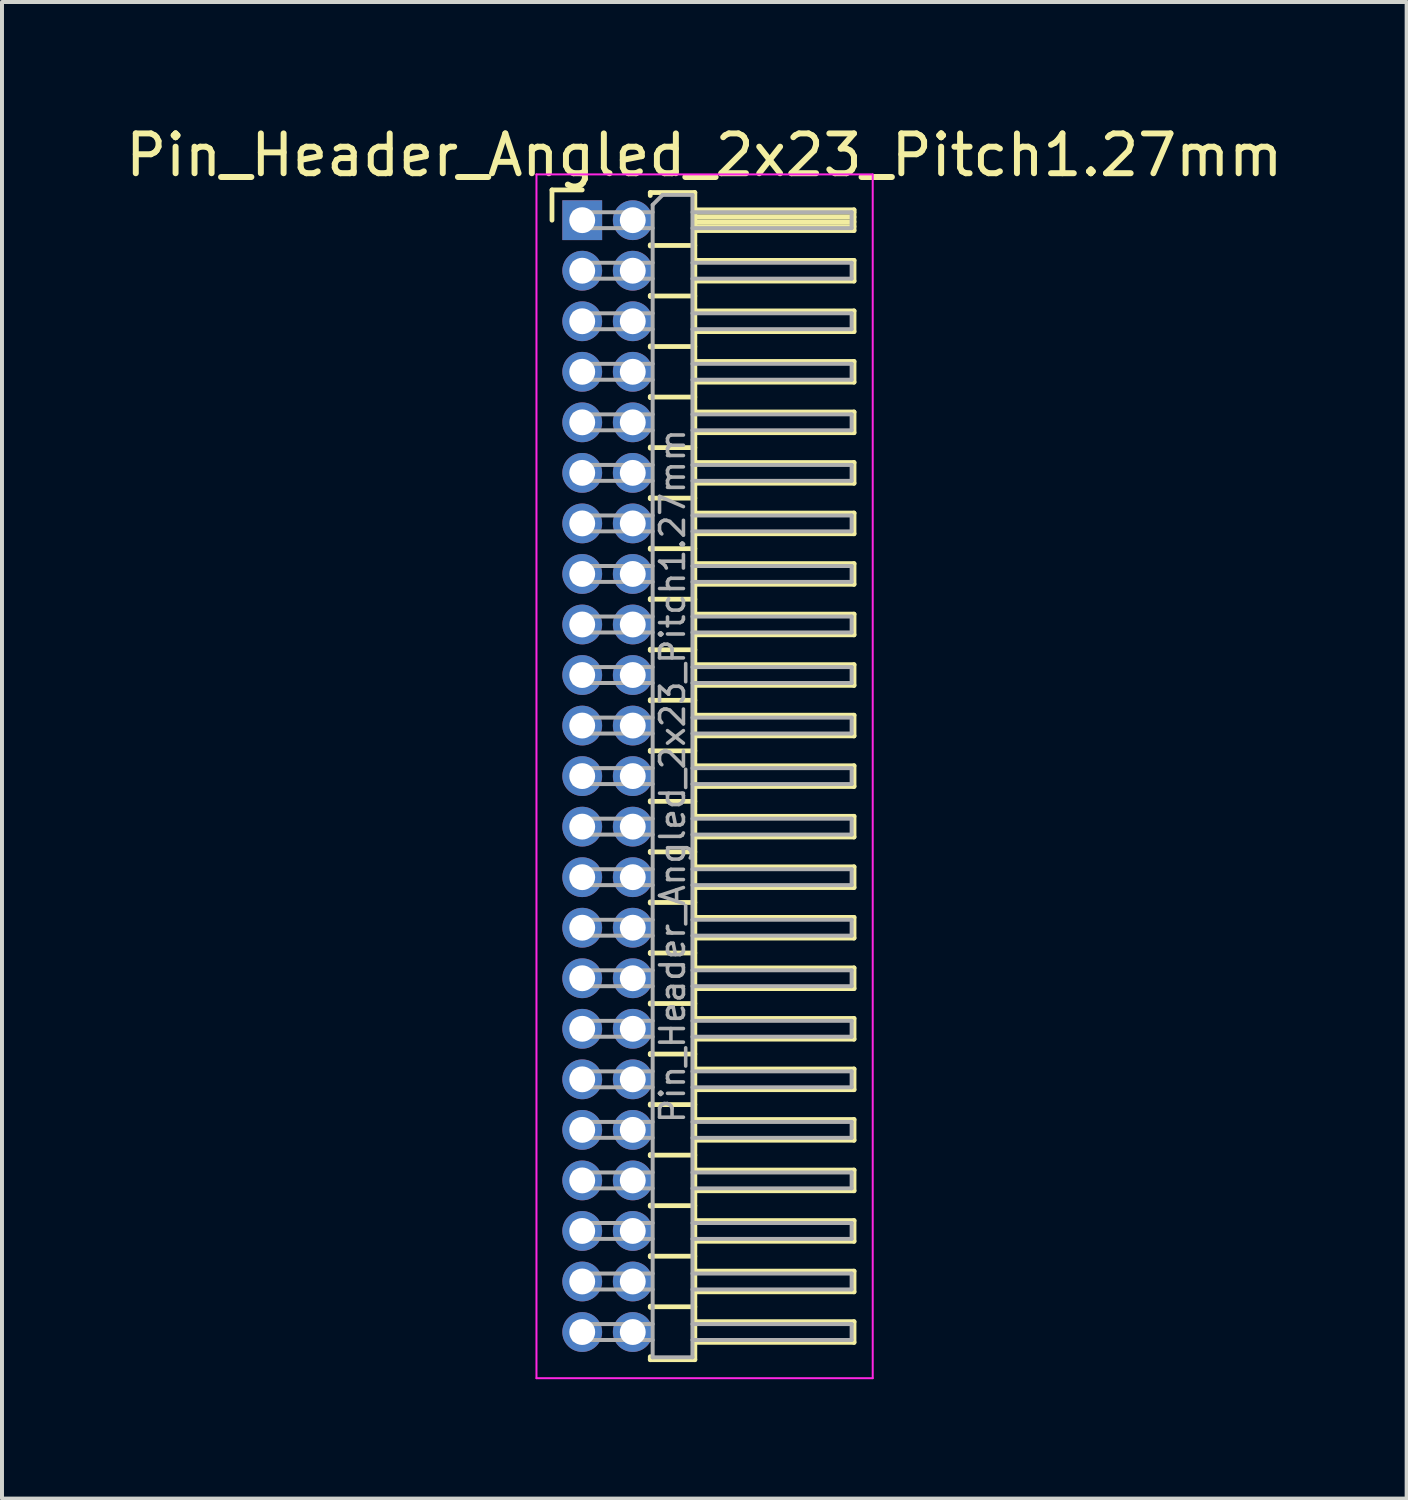
<source format=kicad_pcb>
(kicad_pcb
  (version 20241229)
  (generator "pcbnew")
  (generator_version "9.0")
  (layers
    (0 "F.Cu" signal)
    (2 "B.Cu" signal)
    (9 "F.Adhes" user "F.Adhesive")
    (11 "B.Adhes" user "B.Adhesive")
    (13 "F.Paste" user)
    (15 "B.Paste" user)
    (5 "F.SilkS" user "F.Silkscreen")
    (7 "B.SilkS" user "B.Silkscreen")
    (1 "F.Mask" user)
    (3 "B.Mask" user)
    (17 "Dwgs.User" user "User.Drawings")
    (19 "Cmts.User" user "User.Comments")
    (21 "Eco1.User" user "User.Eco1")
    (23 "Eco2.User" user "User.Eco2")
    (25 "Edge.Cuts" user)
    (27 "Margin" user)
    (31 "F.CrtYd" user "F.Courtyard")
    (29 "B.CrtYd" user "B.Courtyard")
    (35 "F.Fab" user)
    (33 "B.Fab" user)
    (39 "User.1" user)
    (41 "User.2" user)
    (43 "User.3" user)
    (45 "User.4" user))
  (footprint "Pin_Header_Angled_2x23_Pitch1.27mm"
    (layer "F.Cu")
    (at 11.581 2.483)
    (property "Reference" "Pin_Header_Angled_2x23_Pitch1.27mm" (at 3.067 -1.635 0) (layer "F.SilkS") (effects (font (size 1 1) (thickness 0.15))))
    (attr through_hole)
    (fp_line (start -0.76 -0.76) (end 0 -0.76) (stroke (width 0.12) (type solid)) (layer "F.SilkS"))
    (fp_line (start -0.76 0) (end -0.76 -0.76) (stroke (width 0.12) (type solid)) (layer "F.SilkS"))
    (fp_line (start 1.71 -0.695) (end 2.83 -0.695) (stroke (width 0.12) (type solid)) (layer "F.SilkS"))
    (fp_line (start 1.71 -0.62) (end 1.71 -0.695) (stroke (width 0.12) (type solid)) (layer "F.SilkS"))
    (fp_line (start 1.71 0.62) (end 1.71 0.65) (stroke (width 0.12) (type solid)) (layer "F.SilkS"))
    (fp_line (start 1.71 0.635) (end 2.83 0.635) (stroke (width 0.12) (type solid)) (layer "F.SilkS"))
    (fp_line (start 1.71 1.89) (end 1.71 1.92) (stroke (width 0.12) (type solid)) (layer "F.SilkS"))
    (fp_line (start 1.71 1.905) (end 2.83 1.905) (stroke (width 0.12) (type solid)) (layer "F.SilkS"))
    (fp_line (start 1.71 3.16) (end 1.71 3.19) (stroke (width 0.12) (type solid)) (layer "F.SilkS"))
    (fp_line (start 1.71 3.175) (end 2.83 3.175) (stroke (width 0.12) (type solid)) (layer "F.SilkS"))
    (fp_line (start 1.71 4.43) (end 1.71 4.46) (stroke (width 0.12) (type solid)) (layer "F.SilkS"))
    (fp_line (start 1.71 4.445) (end 2.83 4.445) (stroke (width 0.12) (type solid)) (layer "F.SilkS"))
    (fp_line (start 1.71 5.7) (end 1.71 5.73) (stroke (width 0.12) (type solid)) (layer "F.SilkS"))
    (fp_line (start 1.71 5.715) (end 2.83 5.715) (stroke (width 0.12) (type solid)) (layer "F.SilkS"))
    (fp_line (start 1.71 6.97) (end 1.71 7) (stroke (width 0.12) (type solid)) (layer "F.SilkS"))
    (fp_line (start 1.71 6.985) (end 2.83 6.985) (stroke (width 0.12) (type solid)) (layer "F.SilkS"))
    (fp_line (start 1.71 8.24) (end 1.71 8.27) (stroke (width 0.12) (type solid)) (layer "F.SilkS"))
    (fp_line (start 1.71 8.255) (end 2.83 8.255) (stroke (width 0.12) (type solid)) (layer "F.SilkS"))
    (fp_line (start 1.71 9.51) (end 1.71 9.54) (stroke (width 0.12) (type solid)) (layer "F.SilkS"))
    (fp_line (start 1.71 9.525) (end 2.83 9.525) (stroke (width 0.12) (type solid)) (layer "F.SilkS"))
    (fp_line (start 1.71 10.78) (end 1.71 10.81) (stroke (width 0.12) (type solid)) (layer "F.SilkS"))
    (fp_line (start 1.71 10.795) (end 2.83 10.795) (stroke (width 0.12) (type solid)) (layer "F.SilkS"))
    (fp_line (start 1.71 12.05) (end 1.71 12.08) (stroke (width 0.12) (type solid)) (layer "F.SilkS"))
    (fp_line (start 1.71 12.065) (end 2.83 12.065) (stroke (width 0.12) (type solid)) (layer "F.SilkS"))
    (fp_line (start 1.71 13.32) (end 1.71 13.35) (stroke (width 0.12) (type solid)) (layer "F.SilkS"))
    (fp_line (start 1.71 13.335) (end 2.83 13.335) (stroke (width 0.12) (type solid)) (layer "F.SilkS"))
    (fp_line (start 1.71 14.59) (end 1.71 14.62) (stroke (width 0.12) (type solid)) (layer "F.SilkS"))
    (fp_line (start 1.71 14.605) (end 2.83 14.605) (stroke (width 0.12) (type solid)) (layer "F.SilkS"))
    (fp_line (start 1.71 15.86) (end 1.71 15.89) (stroke (width 0.12) (type solid)) (layer "F.SilkS"))
    (fp_line (start 1.71 15.875) (end 2.83 15.875) (stroke (width 0.12) (type solid)) (layer "F.SilkS"))
    (fp_line (start 1.71 17.13) (end 1.71 17.16) (stroke (width 0.12) (type solid)) (layer "F.SilkS"))
    (fp_line (start 1.71 17.145) (end 2.83 17.145) (stroke (width 0.12) (type solid)) (layer "F.SilkS"))
    (fp_line (start 1.71 18.4) (end 1.71 18.43) (stroke (width 0.12) (type solid)) (layer "F.SilkS"))
    (fp_line (start 1.71 18.415) (end 2.83 18.415) (stroke (width 0.12) (type solid)) (layer "F.SilkS"))
    (fp_line (start 1.71 19.67) (end 1.71 19.7) (stroke (width 0.12) (type solid)) (layer "F.SilkS"))
    (fp_line (start 1.71 19.685) (end 2.83 19.685) (stroke (width 0.12) (type solid)) (layer "F.SilkS"))
    (fp_line (start 1.71 20.94) (end 1.71 20.97) (stroke (width 0.12) (type solid)) (layer "F.SilkS"))
    (fp_line (start 1.71 20.955) (end 2.83 20.955) (stroke (width 0.12) (type solid)) (layer "F.SilkS"))
    (fp_line (start 1.71 22.21) (end 1.71 22.24) (stroke (width 0.12) (type solid)) (layer "F.SilkS"))
    (fp_line (start 1.71 22.225) (end 2.83 22.225) (stroke (width 0.12) (type solid)) (layer "F.SilkS"))
    (fp_line (start 1.71 23.48) (end 1.71 23.51) (stroke (width 0.12) (type solid)) (layer "F.SilkS"))
    (fp_line (start 1.71 23.495) (end 2.83 23.495) (stroke (width 0.12) (type solid)) (layer "F.SilkS"))
    (fp_line (start 1.71 24.75) (end 1.71 24.78) (stroke (width 0.12) (type solid)) (layer "F.SilkS"))
    (fp_line (start 1.71 24.765) (end 2.83 24.765) (stroke (width 0.12) (type solid)) (layer "F.SilkS"))
    (fp_line (start 1.71 26.02) (end 1.71 26.05) (stroke (width 0.12) (type solid)) (layer "F.SilkS"))
    (fp_line (start 1.71 26.035) (end 2.83 26.035) (stroke (width 0.12) (type solid)) (layer "F.SilkS"))
    (fp_line (start 1.71 27.29) (end 1.71 27.32) (stroke (width 0.12) (type solid)) (layer "F.SilkS"))
    (fp_line (start 1.71 27.305) (end 2.83 27.305) (stroke (width 0.12) (type solid)) (layer "F.SilkS"))
    (fp_line (start 1.71 28.635) (end 1.71 28.56) (stroke (width 0.12) (type solid)) (layer "F.SilkS"))
    (fp_line (start 2.83 -0.695) (end 2.83 28.635) (stroke (width 0.12) (type solid)) (layer "F.SilkS"))
    (fp_line (start 2.83 -0.26) (end 6.83 -0.26) (stroke (width 0.12) (type solid)) (layer "F.SilkS"))
    (fp_line (start 2.83 -0.2) (end 6.83 -0.2) (stroke (width 0.12) (type solid)) (layer "F.SilkS"))
    (fp_line (start 2.83 -0.08) (end 6.83 -0.08) (stroke (width 0.12) (type solid)) (layer "F.SilkS"))
    (fp_line (start 2.83 0.04) (end 6.83 0.04) (stroke (width 0.12) (type solid)) (layer "F.SilkS"))
    (fp_line (start 2.83 0.16) (end 6.83 0.16) (stroke (width 0.12) (type solid)) (layer "F.SilkS"))
    (fp_line (start 2.83 1.01) (end 6.83 1.01) (stroke (width 0.12) (type solid)) (layer "F.SilkS"))
    (fp_line (start 2.83 2.28) (end 6.83 2.28) (stroke (width 0.12) (type solid)) (layer "F.SilkS"))
    (fp_line (start 2.83 3.55) (end 6.83 3.55) (stroke (width 0.12) (type solid)) (layer "F.SilkS"))
    (fp_line (start 2.83 4.82) (end 6.83 4.82) (stroke (width 0.12) (type solid)) (layer "F.SilkS"))
    (fp_line (start 2.83 6.09) (end 6.83 6.09) (stroke (width 0.12) (type solid)) (layer "F.SilkS"))
    (fp_line (start 2.83 7.36) (end 6.83 7.36) (stroke (width 0.12) (type solid)) (layer "F.SilkS"))
    (fp_line (start 2.83 8.63) (end 6.83 8.63) (stroke (width 0.12) (type solid)) (layer "F.SilkS"))
    (fp_line (start 2.83 9.9) (end 6.83 9.9) (stroke (width 0.12) (type solid)) (layer "F.SilkS"))
    (fp_line (start 2.83 11.17) (end 6.83 11.17) (stroke (width 0.12) (type solid)) (layer "F.SilkS"))
    (fp_line (start 2.83 12.44) (end 6.83 12.44) (stroke (width 0.12) (type solid)) (layer "F.SilkS"))
    (fp_line (start 2.83 13.71) (end 6.83 13.71) (stroke (width 0.12) (type solid)) (layer "F.SilkS"))
    (fp_line (start 2.83 14.98) (end 6.83 14.98) (stroke (width 0.12) (type solid)) (layer "F.SilkS"))
    (fp_line (start 2.83 16.25) (end 6.83 16.25) (stroke (width 0.12) (type solid)) (layer "F.SilkS"))
    (fp_line (start 2.83 17.52) (end 6.83 17.52) (stroke (width 0.12) (type solid)) (layer "F.SilkS"))
    (fp_line (start 2.83 18.79) (end 6.83 18.79) (stroke (width 0.12) (type solid)) (layer "F.SilkS"))
    (fp_line (start 2.83 20.06) (end 6.83 20.06) (stroke (width 0.12) (type solid)) (layer "F.SilkS"))
    (fp_line (start 2.83 21.33) (end 6.83 21.33) (stroke (width 0.12) (type solid)) (layer "F.SilkS"))
    (fp_line (start 2.83 22.6) (end 6.83 22.6) (stroke (width 0.12) (type solid)) (layer "F.SilkS"))
    (fp_line (start 2.83 23.87) (end 6.83 23.87) (stroke (width 0.12) (type solid)) (layer "F.SilkS"))
    (fp_line (start 2.83 25.14) (end 6.83 25.14) (stroke (width 0.12) (type solid)) (layer "F.SilkS"))
    (fp_line (start 2.83 26.41) (end 6.83 26.41) (stroke (width 0.12) (type solid)) (layer "F.SilkS"))
    (fp_line (start 2.83 27.68) (end 6.83 27.68) (stroke (width 0.12) (type solid)) (layer "F.SilkS"))
    (fp_line (start 2.83 28.635) (end 1.71 28.635) (stroke (width 0.12) (type solid)) (layer "F.SilkS"))
    (fp_line (start 6.83 -0.26) (end 6.83 0.26) (stroke (width 0.12) (type solid)) (layer "F.SilkS"))
    (fp_line (start 6.83 0.26) (end 2.83 0.26) (stroke (width 0.12) (type solid)) (layer "F.SilkS"))
    (fp_line (start 6.83 1.01) (end 6.83 1.53) (stroke (width 0.12) (type solid)) (layer "F.SilkS"))
    (fp_line (start 6.83 1.53) (end 2.83 1.53) (stroke (width 0.12) (type solid)) (layer "F.SilkS"))
    (fp_line (start 6.83 2.28) (end 6.83 2.8) (stroke (width 0.12) (type solid)) (layer "F.SilkS"))
    (fp_line (start 6.83 2.8) (end 2.83 2.8) (stroke (width 0.12) (type solid)) (layer "F.SilkS"))
    (fp_line (start 6.83 3.55) (end 6.83 4.07) (stroke (width 0.12) (type solid)) (layer "F.SilkS"))
    (fp_line (start 6.83 4.07) (end 2.83 4.07) (stroke (width 0.12) (type solid)) (layer "F.SilkS"))
    (fp_line (start 6.83 4.82) (end 6.83 5.34) (stroke (width 0.12) (type solid)) (layer "F.SilkS"))
    (fp_line (start 6.83 5.34) (end 2.83 5.34) (stroke (width 0.12) (type solid)) (layer "F.SilkS"))
    (fp_line (start 6.83 6.09) (end 6.83 6.61) (stroke (width 0.12) (type solid)) (layer "F.SilkS"))
    (fp_line (start 6.83 6.61) (end 2.83 6.61) (stroke (width 0.12) (type solid)) (layer "F.SilkS"))
    (fp_line (start 6.83 7.36) (end 6.83 7.88) (stroke (width 0.12) (type solid)) (layer "F.SilkS"))
    (fp_line (start 6.83 7.88) (end 2.83 7.88) (stroke (width 0.12) (type solid)) (layer "F.SilkS"))
    (fp_line (start 6.83 8.63) (end 6.83 9.15) (stroke (width 0.12) (type solid)) (layer "F.SilkS"))
    (fp_line (start 6.83 9.15) (end 2.83 9.15) (stroke (width 0.12) (type solid)) (layer "F.SilkS"))
    (fp_line (start 6.83 9.9) (end 6.83 10.42) (stroke (width 0.12) (type solid)) (layer "F.SilkS"))
    (fp_line (start 6.83 10.42) (end 2.83 10.42) (stroke (width 0.12) (type solid)) (layer "F.SilkS"))
    (fp_line (start 6.83 11.17) (end 6.83 11.69) (stroke (width 0.12) (type solid)) (layer "F.SilkS"))
    (fp_line (start 6.83 11.69) (end 2.83 11.69) (stroke (width 0.12) (type solid)) (layer "F.SilkS"))
    (fp_line (start 6.83 12.44) (end 6.83 12.96) (stroke (width 0.12) (type solid)) (layer "F.SilkS"))
    (fp_line (start 6.83 12.96) (end 2.83 12.96) (stroke (width 0.12) (type solid)) (layer "F.SilkS"))
    (fp_line (start 6.83 13.71) (end 6.83 14.23) (stroke (width 0.12) (type solid)) (layer "F.SilkS"))
    (fp_line (start 6.83 14.23) (end 2.83 14.23) (stroke (width 0.12) (type solid)) (layer "F.SilkS"))
    (fp_line (start 6.83 14.98) (end 6.83 15.5) (stroke (width 0.12) (type solid)) (layer "F.SilkS"))
    (fp_line (start 6.83 15.5) (end 2.83 15.5) (stroke (width 0.12) (type solid)) (layer "F.SilkS"))
    (fp_line (start 6.83 16.25) (end 6.83 16.77) (stroke (width 0.12) (type solid)) (layer "F.SilkS"))
    (fp_line (start 6.83 16.77) (end 2.83 16.77) (stroke (width 0.12) (type solid)) (layer "F.SilkS"))
    (fp_line (start 6.83 17.52) (end 6.83 18.04) (stroke (width 0.12) (type solid)) (layer "F.SilkS"))
    (fp_line (start 6.83 18.04) (end 2.83 18.04) (stroke (width 0.12) (type solid)) (layer "F.SilkS"))
    (fp_line (start 6.83 18.79) (end 6.83 19.31) (stroke (width 0.12) (type solid)) (layer "F.SilkS"))
    (fp_line (start 6.83 19.31) (end 2.83 19.31) (stroke (width 0.12) (type solid)) (layer "F.SilkS"))
    (fp_line (start 6.83 20.06) (end 6.83 20.58) (stroke (width 0.12) (type solid)) (layer "F.SilkS"))
    (fp_line (start 6.83 20.58) (end 2.83 20.58) (stroke (width 0.12) (type solid)) (layer "F.SilkS"))
    (fp_line (start 6.83 21.33) (end 6.83 21.85) (stroke (width 0.12) (type solid)) (layer "F.SilkS"))
    (fp_line (start 6.83 21.85) (end 2.83 21.85) (stroke (width 0.12) (type solid)) (layer "F.SilkS"))
    (fp_line (start 6.83 22.6) (end 6.83 23.12) (stroke (width 0.12) (type solid)) (layer "F.SilkS"))
    (fp_line (start 6.83 23.12) (end 2.83 23.12) (stroke (width 0.12) (type solid)) (layer "F.SilkS"))
    (fp_line (start 6.83 23.87) (end 6.83 24.39) (stroke (width 0.12) (type solid)) (layer "F.SilkS"))
    (fp_line (start 6.83 24.39) (end 2.83 24.39) (stroke (width 0.12) (type solid)) (layer "F.SilkS"))
    (fp_line (start 6.83 25.14) (end 6.83 25.66) (stroke (width 0.12) (type solid)) (layer "F.SilkS"))
    (fp_line (start 6.83 25.66) (end 2.83 25.66) (stroke (width 0.12) (type solid)) (layer "F.SilkS"))
    (fp_line (start 6.83 26.41) (end 6.83 26.93) (stroke (width 0.12) (type solid)) (layer "F.SilkS"))
    (fp_line (start 6.83 26.93) (end 2.83 26.93) (stroke (width 0.12) (type solid)) (layer "F.SilkS"))
    (fp_line (start 6.83 27.68) (end 6.83 28.2) (stroke (width 0.12) (type solid)) (layer "F.SilkS"))
    (fp_line (start 6.83 28.2) (end 2.83 28.2) (stroke (width 0.12) (type solid)) (layer "F.SilkS"))
    (fp_line (start -1.15 -1.15) (end -1.15 29.1) (stroke (width 0.05) (type solid)) (layer "F.CrtYd"))
    (fp_line (start -1.15 29.1) (end 7.3 29.1) (stroke (width 0.05) (type solid)) (layer "F.CrtYd"))
    (fp_line (start 7.3 -1.15) (end -1.15 -1.15) (stroke (width 0.05) (type solid)) (layer "F.CrtYd"))
    (fp_line (start 7.3 29.1) (end 7.3 -1.15) (stroke (width 0.05) (type solid)) (layer "F.CrtYd"))
    (fp_line (start -0.2 -0.2) (end -0.2 0.2) (stroke (width 0.1) (type solid)) (layer "F.Fab"))
    (fp_line (start -0.2 -0.2) (end 1.77 -0.2) (stroke (width 0.1) (type solid)) (layer "F.Fab"))
    (fp_line (start -0.2 0.2) (end 1.77 0.2) (stroke (width 0.1) (type solid)) (layer "F.Fab"))
    (fp_line (start -0.2 1.07) (end -0.2 1.47) (stroke (width 0.1) (type solid)) (layer "F.Fab"))
    (fp_line (start -0.2 1.07) (end 1.77 1.07) (stroke (width 0.1) (type solid)) (layer "F.Fab"))
    (fp_line (start -0.2 1.47) (end 1.77 1.47) (stroke (width 0.1) (type solid)) (layer "F.Fab"))
    (fp_line (start -0.2 2.34) (end -0.2 2.74) (stroke (width 0.1) (type solid)) (layer "F.Fab"))
    (fp_line (start -0.2 2.34) (end 1.77 2.34) (stroke (width 0.1) (type solid)) (layer "F.Fab"))
    (fp_line (start -0.2 2.74) (end 1.77 2.74) (stroke (width 0.1) (type solid)) (layer "F.Fab"))
    (fp_line (start -0.2 3.61) (end -0.2 4.01) (stroke (width 0.1) (type solid)) (layer "F.Fab"))
    (fp_line (start -0.2 3.61) (end 1.77 3.61) (stroke (width 0.1) (type solid)) (layer "F.Fab"))
    (fp_line (start -0.2 4.01) (end 1.77 4.01) (stroke (width 0.1) (type solid)) (layer "F.Fab"))
    (fp_line (start -0.2 4.88) (end -0.2 5.28) (stroke (width 0.1) (type solid)) (layer "F.Fab"))
    (fp_line (start -0.2 4.88) (end 1.77 4.88) (stroke (width 0.1) (type solid)) (layer "F.Fab"))
    (fp_line (start -0.2 5.28) (end 1.77 5.28) (stroke (width 0.1) (type solid)) (layer "F.Fab"))
    (fp_line (start -0.2 6.15) (end -0.2 6.55) (stroke (width 0.1) (type solid)) (layer "F.Fab"))
    (fp_line (start -0.2 6.15) (end 1.77 6.15) (stroke (width 0.1) (type solid)) (layer "F.Fab"))
    (fp_line (start -0.2 6.55) (end 1.77 6.55) (stroke (width 0.1) (type solid)) (layer "F.Fab"))
    (fp_line (start -0.2 7.42) (end -0.2 7.82) (stroke (width 0.1) (type solid)) (layer "F.Fab"))
    (fp_line (start -0.2 7.42) (end 1.77 7.42) (stroke (width 0.1) (type solid)) (layer "F.Fab"))
    (fp_line (start -0.2 7.82) (end 1.77 7.82) (stroke (width 0.1) (type solid)) (layer "F.Fab"))
    (fp_line (start -0.2 8.69) (end -0.2 9.09) (stroke (width 0.1) (type solid)) (layer "F.Fab"))
    (fp_line (start -0.2 8.69) (end 1.77 8.69) (stroke (width 0.1) (type solid)) (layer "F.Fab"))
    (fp_line (start -0.2 9.09) (end 1.77 9.09) (stroke (width 0.1) (type solid)) (layer "F.Fab"))
    (fp_line (start -0.2 9.96) (end -0.2 10.36) (stroke (width 0.1) (type solid)) (layer "F.Fab"))
    (fp_line (start -0.2 9.96) (end 1.77 9.96) (stroke (width 0.1) (type solid)) (layer "F.Fab"))
    (fp_line (start -0.2 10.36) (end 1.77 10.36) (stroke (width 0.1) (type solid)) (layer "F.Fab"))
    (fp_line (start -0.2 11.23) (end -0.2 11.63) (stroke (width 0.1) (type solid)) (layer "F.Fab"))
    (fp_line (start -0.2 11.23) (end 1.77 11.23) (stroke (width 0.1) (type solid)) (layer "F.Fab"))
    (fp_line (start -0.2 11.63) (end 1.77 11.63) (stroke (width 0.1) (type solid)) (layer "F.Fab"))
    (fp_line (start -0.2 12.5) (end -0.2 12.9) (stroke (width 0.1) (type solid)) (layer "F.Fab"))
    (fp_line (start -0.2 12.5) (end 1.77 12.5) (stroke (width 0.1) (type solid)) (layer "F.Fab"))
    (fp_line (start -0.2 12.9) (end 1.77 12.9) (stroke (width 0.1) (type solid)) (layer "F.Fab"))
    (fp_line (start -0.2 13.77) (end -0.2 14.17) (stroke (width 0.1) (type solid)) (layer "F.Fab"))
    (fp_line (start -0.2 13.77) (end 1.77 13.77) (stroke (width 0.1) (type solid)) (layer "F.Fab"))
    (fp_line (start -0.2 14.17) (end 1.77 14.17) (stroke (width 0.1) (type solid)) (layer "F.Fab"))
    (fp_line (start -0.2 15.04) (end -0.2 15.44) (stroke (width 0.1) (type solid)) (layer "F.Fab"))
    (fp_line (start -0.2 15.04) (end 1.77 15.04) (stroke (width 0.1) (type solid)) (layer "F.Fab"))
    (fp_line (start -0.2 15.44) (end 1.77 15.44) (stroke (width 0.1) (type solid)) (layer "F.Fab"))
    (fp_line (start -0.2 16.31) (end -0.2 16.71) (stroke (width 0.1) (type solid)) (layer "F.Fab"))
    (fp_line (start -0.2 16.31) (end 1.77 16.31) (stroke (width 0.1) (type solid)) (layer "F.Fab"))
    (fp_line (start -0.2 16.71) (end 1.77 16.71) (stroke (width 0.1) (type solid)) (layer "F.Fab"))
    (fp_line (start -0.2 17.58) (end -0.2 17.98) (stroke (width 0.1) (type solid)) (layer "F.Fab"))
    (fp_line (start -0.2 17.58) (end 1.77 17.58) (stroke (width 0.1) (type solid)) (layer "F.Fab"))
    (fp_line (start -0.2 17.98) (end 1.77 17.98) (stroke (width 0.1) (type solid)) (layer "F.Fab"))
    (fp_line (start -0.2 18.85) (end -0.2 19.25) (stroke (width 0.1) (type solid)) (layer "F.Fab"))
    (fp_line (start -0.2 18.85) (end 1.77 18.85) (stroke (width 0.1) (type solid)) (layer "F.Fab"))
    (fp_line (start -0.2 19.25) (end 1.77 19.25) (stroke (width 0.1) (type solid)) (layer "F.Fab"))
    (fp_line (start -0.2 20.12) (end -0.2 20.52) (stroke (width 0.1) (type solid)) (layer "F.Fab"))
    (fp_line (start -0.2 20.12) (end 1.77 20.12) (stroke (width 0.1) (type solid)) (layer "F.Fab"))
    (fp_line (start -0.2 20.52) (end 1.77 20.52) (stroke (width 0.1) (type solid)) (layer "F.Fab"))
    (fp_line (start -0.2 21.39) (end -0.2 21.79) (stroke (width 0.1) (type solid)) (layer "F.Fab"))
    (fp_line (start -0.2 21.39) (end 1.77 21.39) (stroke (width 0.1) (type solid)) (layer "F.Fab"))
    (fp_line (start -0.2 21.79) (end 1.77 21.79) (stroke (width 0.1) (type solid)) (layer "F.Fab"))
    (fp_line (start -0.2 22.66) (end -0.2 23.06) (stroke (width 0.1) (type solid)) (layer "F.Fab"))
    (fp_line (start -0.2 22.66) (end 1.77 22.66) (stroke (width 0.1) (type solid)) (layer "F.Fab"))
    (fp_line (start -0.2 23.06) (end 1.77 23.06) (stroke (width 0.1) (type solid)) (layer "F.Fab"))
    (fp_line (start -0.2 23.93) (end -0.2 24.33) (stroke (width 0.1) (type solid)) (layer "F.Fab"))
    (fp_line (start -0.2 23.93) (end 1.77 23.93) (stroke (width 0.1) (type solid)) (layer "F.Fab"))
    (fp_line (start -0.2 24.33) (end 1.77 24.33) (stroke (width 0.1) (type solid)) (layer "F.Fab"))
    (fp_line (start -0.2 25.2) (end -0.2 25.6) (stroke (width 0.1) (type solid)) (layer "F.Fab"))
    (fp_line (start -0.2 25.2) (end 1.77 25.2) (stroke (width 0.1) (type solid)) (layer "F.Fab"))
    (fp_line (start -0.2 25.6) (end 1.77 25.6) (stroke (width 0.1) (type solid)) (layer "F.Fab"))
    (fp_line (start -0.2 26.47) (end -0.2 26.87) (stroke (width 0.1) (type solid)) (layer "F.Fab"))
    (fp_line (start -0.2 26.47) (end 1.77 26.47) (stroke (width 0.1) (type solid)) (layer "F.Fab"))
    (fp_line (start -0.2 26.87) (end 1.77 26.87) (stroke (width 0.1) (type solid)) (layer "F.Fab"))
    (fp_line (start -0.2 27.74) (end -0.2 28.14) (stroke (width 0.1) (type solid)) (layer "F.Fab"))
    (fp_line (start -0.2 27.74) (end 1.77 27.74) (stroke (width 0.1) (type solid)) (layer "F.Fab"))
    (fp_line (start -0.2 28.14) (end 1.77 28.14) (stroke (width 0.1) (type solid)) (layer "F.Fab"))
    (fp_line (start 1.77 -0.385) (end 2.02 -0.635) (stroke (width 0.1) (type solid)) (layer "F.Fab"))
    (fp_line (start 1.77 28.575) (end 1.77 -0.385) (stroke (width 0.1) (type solid)) (layer "F.Fab"))
    (fp_line (start 2.02 -0.635) (end 2.77 -0.635) (stroke (width 0.1) (type solid)) (layer "F.Fab"))
    (fp_line (start 2.77 -0.635) (end 2.77 28.575) (stroke (width 0.1) (type solid)) (layer "F.Fab"))
    (fp_line (start 2.77 -0.2) (end 6.77 -0.2) (stroke (width 0.1) (type solid)) (layer "F.Fab"))
    (fp_line (start 2.77 0.2) (end 6.77 0.2) (stroke (width 0.1) (type solid)) (layer "F.Fab"))
    (fp_line (start 2.77 1.07) (end 6.77 1.07) (stroke (width 0.1) (type solid)) (layer "F.Fab"))
    (fp_line (start 2.77 1.47) (end 6.77 1.47) (stroke (width 0.1) (type solid)) (layer "F.Fab"))
    (fp_line (start 2.77 2.34) (end 6.77 2.34) (stroke (width 0.1) (type solid)) (layer "F.Fab"))
    (fp_line (start 2.77 2.74) (end 6.77 2.74) (stroke (width 0.1) (type solid)) (layer "F.Fab"))
    (fp_line (start 2.77 3.61) (end 6.77 3.61) (stroke (width 0.1) (type solid)) (layer "F.Fab"))
    (fp_line (start 2.77 4.01) (end 6.77 4.01) (stroke (width 0.1) (type solid)) (layer "F.Fab"))
    (fp_line (start 2.77 4.88) (end 6.77 4.88) (stroke (width 0.1) (type solid)) (layer "F.Fab"))
    (fp_line (start 2.77 5.28) (end 6.77 5.28) (stroke (width 0.1) (type solid)) (layer "F.Fab"))
    (fp_line (start 2.77 6.15) (end 6.77 6.15) (stroke (width 0.1) (type solid)) (layer "F.Fab"))
    (fp_line (start 2.77 6.55) (end 6.77 6.55) (stroke (width 0.1) (type solid)) (layer "F.Fab"))
    (fp_line (start 2.77 7.42) (end 6.77 7.42) (stroke (width 0.1) (type solid)) (layer "F.Fab"))
    (fp_line (start 2.77 7.82) (end 6.77 7.82) (stroke (width 0.1) (type solid)) (layer "F.Fab"))
    (fp_line (start 2.77 8.69) (end 6.77 8.69) (stroke (width 0.1) (type solid)) (layer "F.Fab"))
    (fp_line (start 2.77 9.09) (end 6.77 9.09) (stroke (width 0.1) (type solid)) (layer "F.Fab"))
    (fp_line (start 2.77 9.96) (end 6.77 9.96) (stroke (width 0.1) (type solid)) (layer "F.Fab"))
    (fp_line (start 2.77 10.36) (end 6.77 10.36) (stroke (width 0.1) (type solid)) (layer "F.Fab"))
    (fp_line (start 2.77 11.23) (end 6.77 11.23) (stroke (width 0.1) (type solid)) (layer "F.Fab"))
    (fp_line (start 2.77 11.63) (end 6.77 11.63) (stroke (width 0.1) (type solid)) (layer "F.Fab"))
    (fp_line (start 2.77 12.5) (end 6.77 12.5) (stroke (width 0.1) (type solid)) (layer "F.Fab"))
    (fp_line (start 2.77 12.9) (end 6.77 12.9) (stroke (width 0.1) (type solid)) (layer "F.Fab"))
    (fp_line (start 2.77 13.77) (end 6.77 13.77) (stroke (width 0.1) (type solid)) (layer "F.Fab"))
    (fp_line (start 2.77 14.17) (end 6.77 14.17) (stroke (width 0.1) (type solid)) (layer "F.Fab"))
    (fp_line (start 2.77 15.04) (end 6.77 15.04) (stroke (width 0.1) (type solid)) (layer "F.Fab"))
    (fp_line (start 2.77 15.44) (end 6.77 15.44) (stroke (width 0.1) (type solid)) (layer "F.Fab"))
    (fp_line (start 2.77 16.31) (end 6.77 16.31) (stroke (width 0.1) (type solid)) (layer "F.Fab"))
    (fp_line (start 2.77 16.71) (end 6.77 16.71) (stroke (width 0.1) (type solid)) (layer "F.Fab"))
    (fp_line (start 2.77 17.58) (end 6.77 17.58) (stroke (width 0.1) (type solid)) (layer "F.Fab"))
    (fp_line (start 2.77 17.98) (end 6.77 17.98) (stroke (width 0.1) (type solid)) (layer "F.Fab"))
    (fp_line (start 2.77 18.85) (end 6.77 18.85) (stroke (width 0.1) (type solid)) (layer "F.Fab"))
    (fp_line (start 2.77 19.25) (end 6.77 19.25) (stroke (width 0.1) (type solid)) (layer "F.Fab"))
    (fp_line (start 2.77 20.12) (end 6.77 20.12) (stroke (width 0.1) (type solid)) (layer "F.Fab"))
    (fp_line (start 2.77 20.52) (end 6.77 20.52) (stroke (width 0.1) (type solid)) (layer "F.Fab"))
    (fp_line (start 2.77 21.39) (end 6.77 21.39) (stroke (width 0.1) (type solid)) (layer "F.Fab"))
    (fp_line (start 2.77 21.79) (end 6.77 21.79) (stroke (width 0.1) (type solid)) (layer "F.Fab"))
    (fp_line (start 2.77 22.66) (end 6.77 22.66) (stroke (width 0.1) (type solid)) (layer "F.Fab"))
    (fp_line (start 2.77 23.06) (end 6.77 23.06) (stroke (width 0.1) (type solid)) (layer "F.Fab"))
    (fp_line (start 2.77 23.93) (end 6.77 23.93) (stroke (width 0.1) (type solid)) (layer "F.Fab"))
    (fp_line (start 2.77 24.33) (end 6.77 24.33) (stroke (width 0.1) (type solid)) (layer "F.Fab"))
    (fp_line (start 2.77 25.2) (end 6.77 25.2) (stroke (width 0.1) (type solid)) (layer "F.Fab"))
    (fp_line (start 2.77 25.6) (end 6.77 25.6) (stroke (width 0.1) (type solid)) (layer "F.Fab"))
    (fp_line (start 2.77 26.47) (end 6.77 26.47) (stroke (width 0.1) (type solid)) (layer "F.Fab"))
    (fp_line (start 2.77 26.87) (end 6.77 26.87) (stroke (width 0.1) (type solid)) (layer "F.Fab"))
    (fp_line (start 2.77 27.74) (end 6.77 27.74) (stroke (width 0.1) (type solid)) (layer "F.Fab"))
    (fp_line (start 2.77 28.14) (end 6.77 28.14) (stroke (width 0.1) (type solid)) (layer "F.Fab"))
    (fp_line (start 2.77 28.575) (end 1.77 28.575) (stroke (width 0.1) (type solid)) (layer "F.Fab"))
    (fp_line (start 6.77 -0.2) (end 6.77 0.2) (stroke (width 0.1) (type solid)) (layer "F.Fab"))
    (fp_line (start 6.77 1.07) (end 6.77 1.47) (stroke (width 0.1) (type solid)) (layer "F.Fab"))
    (fp_line (start 6.77 2.34) (end 6.77 2.74) (stroke (width 0.1) (type solid)) (layer "F.Fab"))
    (fp_line (start 6.77 3.61) (end 6.77 4.01) (stroke (width 0.1) (type solid)) (layer "F.Fab"))
    (fp_line (start 6.77 4.88) (end 6.77 5.28) (stroke (width 0.1) (type solid)) (layer "F.Fab"))
    (fp_line (start 6.77 6.15) (end 6.77 6.55) (stroke (width 0.1) (type solid)) (layer "F.Fab"))
    (fp_line (start 6.77 7.42) (end 6.77 7.82) (stroke (width 0.1) (type solid)) (layer "F.Fab"))
    (fp_line (start 6.77 8.69) (end 6.77 9.09) (stroke (width 0.1) (type solid)) (layer "F.Fab"))
    (fp_line (start 6.77 9.96) (end 6.77 10.36) (stroke (width 0.1) (type solid)) (layer "F.Fab"))
    (fp_line (start 6.77 11.23) (end 6.77 11.63) (stroke (width 0.1) (type solid)) (layer "F.Fab"))
    (fp_line (start 6.77 12.5) (end 6.77 12.9) (stroke (width 0.1) (type solid)) (layer "F.Fab"))
    (fp_line (start 6.77 13.77) (end 6.77 14.17) (stroke (width 0.1) (type solid)) (layer "F.Fab"))
    (fp_line (start 6.77 15.04) (end 6.77 15.44) (stroke (width 0.1) (type solid)) (layer "F.Fab"))
    (fp_line (start 6.77 16.31) (end 6.77 16.71) (stroke (width 0.1) (type solid)) (layer "F.Fab"))
    (fp_line (start 6.77 17.58) (end 6.77 17.98) (stroke (width 0.1) (type solid)) (layer "F.Fab"))
    (fp_line (start 6.77 18.85) (end 6.77 19.25) (stroke (width 0.1) (type solid)) (layer "F.Fab"))
    (fp_line (start 6.77 20.12) (end 6.77 20.52) (stroke (width 0.1) (type solid)) (layer "F.Fab"))
    (fp_line (start 6.77 21.39) (end 6.77 21.79) (stroke (width 0.1) (type solid)) (layer "F.Fab"))
    (fp_line (start 6.77 22.66) (end 6.77 23.06) (stroke (width 0.1) (type solid)) (layer "F.Fab"))
    (fp_line (start 6.77 23.93) (end 6.77 24.33) (stroke (width 0.1) (type solid)) (layer "F.Fab"))
    (fp_line (start 6.77 25.2) (end 6.77 25.6) (stroke (width 0.1) (type solid)) (layer "F.Fab"))
    (fp_line (start 6.77 26.47) (end 6.77 26.87) (stroke (width 0.1) (type solid)) (layer "F.Fab"))
    (fp_line (start 6.77 27.74) (end 6.77 28.14) (stroke (width 0.1) (type solid)) (layer "F.Fab"))
    (fp_text user "${REFERENCE}" (at 2.27 13.97 90) (layer "F.Fab") (effects (font (size 0.6 0.6) (thickness 0.09))))
    (pad "1" thru_hole rect (at 0 0) (size 1 1) (drill 0.65) (layers "*.Cu" "*.Mask"))
    (pad "2" thru_hole oval (at 1.27 0) (size 1 1) (drill 0.65) (layers "*.Cu" "*.Mask"))
    (pad "3" thru_hole oval (at 0 1.27) (size 1 1) (drill 0.65) (layers "*.Cu" "*.Mask"))
    (pad "4" thru_hole oval (at 1.27 1.27) (size 1 1) (drill 0.65) (layers "*.Cu" "*.Mask"))
    (pad "5" thru_hole oval (at 0 2.54) (size 1 1) (drill 0.65) (layers "*.Cu" "*.Mask"))
    (pad "6" thru_hole oval (at 1.27 2.54) (size 1 1) (drill 0.65) (layers "*.Cu" "*.Mask"))
    (pad "7" thru_hole oval (at 0 3.81) (size 1 1) (drill 0.65) (layers "*.Cu" "*.Mask"))
    (pad "8" thru_hole oval (at 1.27 3.81) (size 1 1) (drill 0.65) (layers "*.Cu" "*.Mask"))
    (pad "9" thru_hole oval (at 0 5.08) (size 1 1) (drill 0.65) (layers "*.Cu" "*.Mask"))
    (pad "10" thru_hole oval (at 1.27 5.08) (size 1 1) (drill 0.65) (layers "*.Cu" "*.Mask"))
    (pad "11" thru_hole oval (at 0 6.35) (size 1 1) (drill 0.65) (layers "*.Cu" "*.Mask"))
    (pad "12" thru_hole oval (at 1.27 6.35) (size 1 1) (drill 0.65) (layers "*.Cu" "*.Mask"))
    (pad "13" thru_hole oval (at 0 7.62) (size 1 1) (drill 0.65) (layers "*.Cu" "*.Mask"))
    (pad "14" thru_hole oval (at 1.27 7.62) (size 1 1) (drill 0.65) (layers "*.Cu" "*.Mask"))
    (pad "15" thru_hole oval (at 0 8.89) (size 1 1) (drill 0.65) (layers "*.Cu" "*.Mask"))
    (pad "16" thru_hole oval (at 1.27 8.89) (size 1 1) (drill 0.65) (layers "*.Cu" "*.Mask"))
    (pad "17" thru_hole oval (at 0 10.16) (size 1 1) (drill 0.65) (layers "*.Cu" "*.Mask"))
    (pad "18" thru_hole oval (at 1.27 10.16) (size 1 1) (drill 0.65) (layers "*.Cu" "*.Mask"))
    (pad "19" thru_hole oval (at 0 11.43) (size 1 1) (drill 0.65) (layers "*.Cu" "*.Mask"))
    (pad "20" thru_hole oval (at 1.27 11.43) (size 1 1) (drill 0.65) (layers "*.Cu" "*.Mask"))
    (pad "21" thru_hole oval (at 0 12.7) (size 1 1) (drill 0.65) (layers "*.Cu" "*.Mask"))
    (pad "22" thru_hole oval (at 1.27 12.7) (size 1 1) (drill 0.65) (layers "*.Cu" "*.Mask"))
    (pad "23" thru_hole oval (at 0 13.97) (size 1 1) (drill 0.65) (layers "*.Cu" "*.Mask"))
    (pad "24" thru_hole oval (at 1.27 13.97) (size 1 1) (drill 0.65) (layers "*.Cu" "*.Mask"))
    (pad "25" thru_hole oval (at 0 15.24) (size 1 1) (drill 0.65) (layers "*.Cu" "*.Mask"))
    (pad "26" thru_hole oval (at 1.27 15.24) (size 1 1) (drill 0.65) (layers "*.Cu" "*.Mask"))
    (pad "27" thru_hole oval (at 0 16.51) (size 1 1) (drill 0.65) (layers "*.Cu" "*.Mask"))
    (pad "28" thru_hole oval (at 1.27 16.51) (size 1 1) (drill 0.65) (layers "*.Cu" "*.Mask"))
    (pad "29" thru_hole oval (at 0 17.78) (size 1 1) (drill 0.65) (layers "*.Cu" "*.Mask"))
    (pad "30" thru_hole oval (at 1.27 17.78) (size 1 1) (drill 0.65) (layers "*.Cu" "*.Mask"))
    (pad "31" thru_hole oval (at 0 19.05) (size 1 1) (drill 0.65) (layers "*.Cu" "*.Mask"))
    (pad "32" thru_hole oval (at 1.27 19.05) (size 1 1) (drill 0.65) (layers "*.Cu" "*.Mask"))
    (pad "33" thru_hole oval (at 0 20.32) (size 1 1) (drill 0.65) (layers "*.Cu" "*.Mask"))
    (pad "34" thru_hole oval (at 1.27 20.32) (size 1 1) (drill 0.65) (layers "*.Cu" "*.Mask"))
    (pad "35" thru_hole oval (at 0 21.59) (size 1 1) (drill 0.65) (layers "*.Cu" "*.Mask"))
    (pad "36" thru_hole oval (at 1.27 21.59) (size 1 1) (drill 0.65) (layers "*.Cu" "*.Mask"))
    (pad "37" thru_hole oval (at 0 22.86) (size 1 1) (drill 0.65) (layers "*.Cu" "*.Mask"))
    (pad "38" thru_hole oval (at 1.27 22.86) (size 1 1) (drill 0.65) (layers "*.Cu" "*.Mask"))
    (pad "39" thru_hole oval (at 0 24.13) (size 1 1) (drill 0.65) (layers "*.Cu" "*.Mask"))
    (pad "40" thru_hole oval (at 1.27 24.13) (size 1 1) (drill 0.65) (layers "*.Cu" "*.Mask"))
    (pad "41" thru_hole oval (at 0 25.4) (size 1 1) (drill 0.65) (layers "*.Cu" "*.Mask"))
    (pad "42" thru_hole oval (at 1.27 25.4) (size 1 1) (drill 0.65) (layers "*.Cu" "*.Mask"))
    (pad "43" thru_hole oval (at 0 26.67) (size 1 1) (drill 0.65) (layers "*.Cu" "*.Mask"))
    (pad "44" thru_hole oval (at 1.27 26.67) (size 1 1) (drill 0.65) (layers "*.Cu" "*.Mask"))
    (pad "45" thru_hole oval (at 0 27.94) (size 1 1) (drill 0.65) (layers "*.Cu" "*.Mask"))
    (pad "46" thru_hole oval (at 1.27 27.94) (size 1 1) (drill 0.65) (layers "*.Cu" "*.Mask")))
  (gr_rect
    (start -3 -3)
    (end 32.298 34.608)
    (stroke (width 0.1) (type default))
    (fill no)
    (layer "Edge.Cuts")))
</source>
